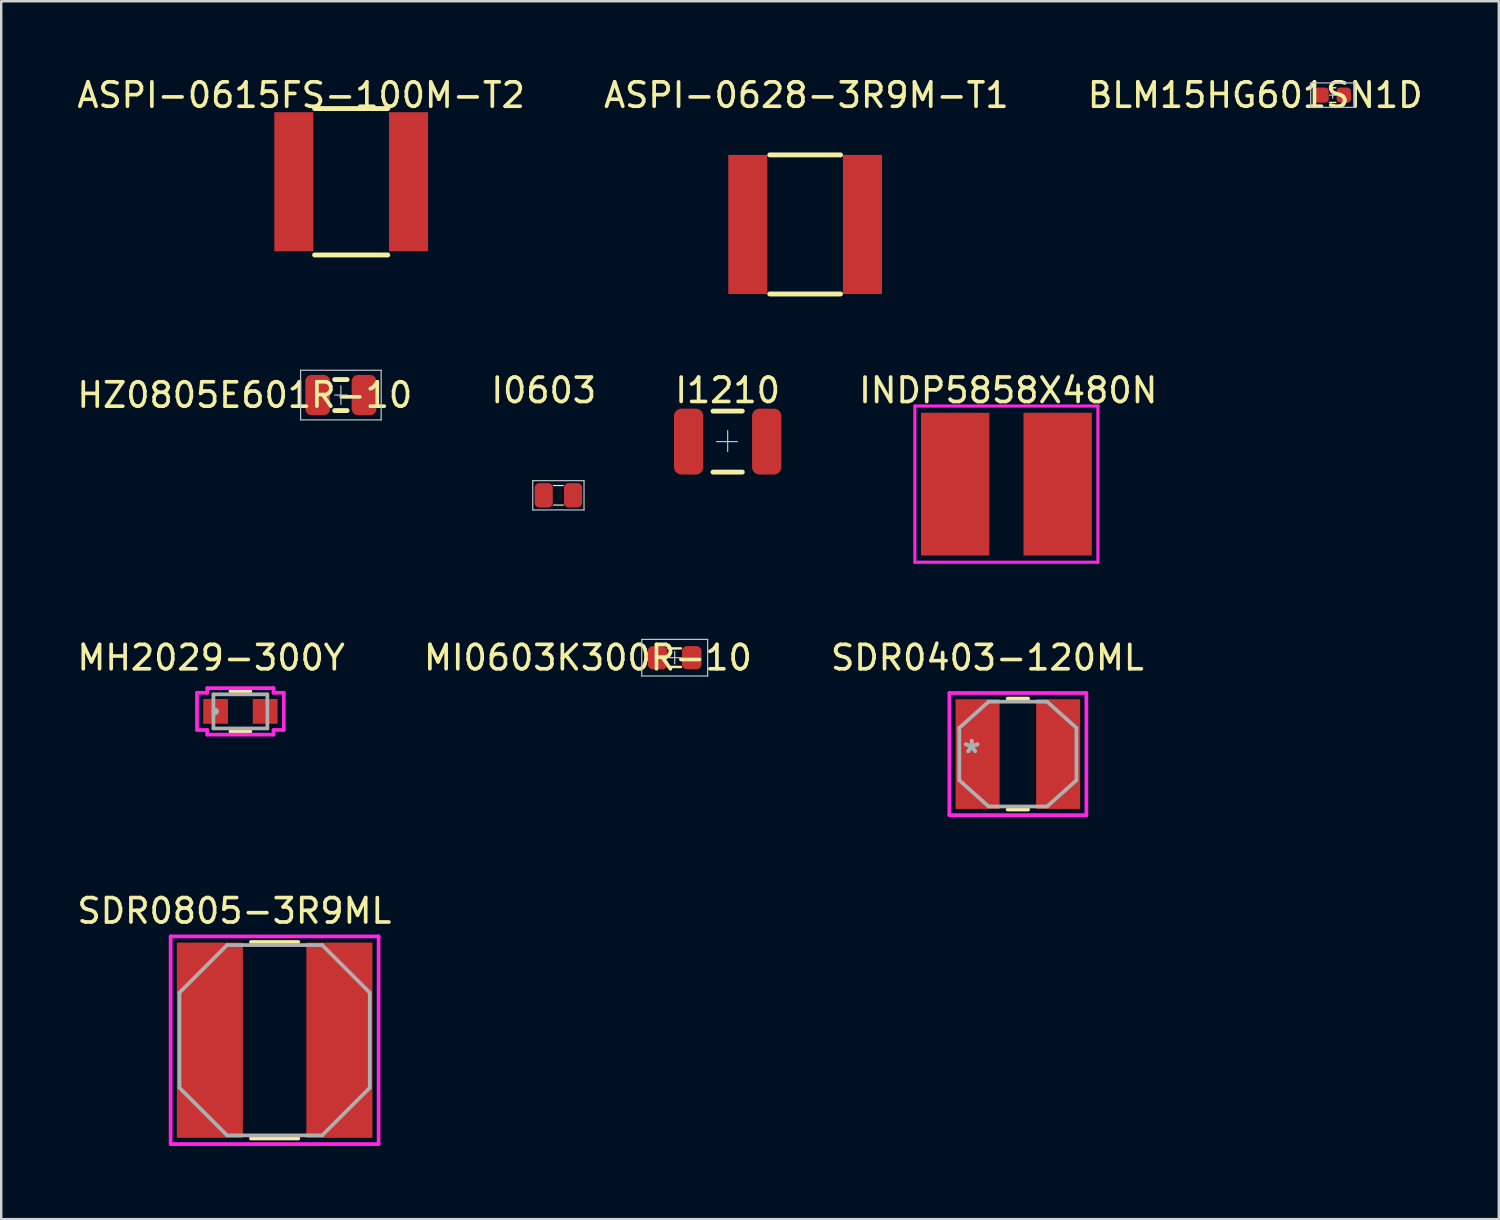
<source format=kicad_pcb>
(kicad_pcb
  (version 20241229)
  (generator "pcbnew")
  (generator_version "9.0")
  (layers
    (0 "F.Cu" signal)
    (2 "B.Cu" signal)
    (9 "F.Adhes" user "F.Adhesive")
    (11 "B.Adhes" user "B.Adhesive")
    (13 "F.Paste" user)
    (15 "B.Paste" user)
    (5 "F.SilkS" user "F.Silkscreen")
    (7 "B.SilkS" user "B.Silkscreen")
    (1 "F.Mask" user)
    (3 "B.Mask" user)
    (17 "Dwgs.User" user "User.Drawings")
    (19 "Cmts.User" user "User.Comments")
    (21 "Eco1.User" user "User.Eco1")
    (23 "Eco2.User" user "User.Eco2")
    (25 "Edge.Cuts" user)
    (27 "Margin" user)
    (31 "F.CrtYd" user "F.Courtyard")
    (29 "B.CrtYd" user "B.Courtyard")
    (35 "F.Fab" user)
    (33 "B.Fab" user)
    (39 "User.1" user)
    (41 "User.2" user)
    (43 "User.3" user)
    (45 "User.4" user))
  (footprint "I0603"
    (layer "F.Cu")
    (at 19.832 17.247)
    (property "Reference" "I0603" (at -0.6 -4.3 0) (layer "F.SilkS") (effects (font (size 1 1) (thickness 0.15))))
    (attr through_hole)
    (fp_line (start -0.2 -0.4) (end 0.2 -0.4) (stroke (width 0.05) (type solid)) (layer "F.SilkS"))
    (fp_line (start -0.2 0.4) (end 0.2 0.4) (stroke (width 0.05) (type solid)) (layer "F.SilkS"))
    (fp_line (start -1.05 -0.6) (end 1.05 -0.6) (stroke (width 0.05) (type solid)) (layer "Dwgs.User"))
    (fp_line (start -1.05 0.6) (end -1.05 -0.6) (stroke (width 0.05) (type solid)) (layer "Dwgs.User"))
    (fp_line (start 1.05 -0.6) (end 1.05 0.6) (stroke (width 0.05) (type solid)) (layer "Dwgs.User"))
    (fp_line (start 1.05 0.6) (end -1.05 0.6) (stroke (width 0.05) (type solid)) (layer "Dwgs.User"))
    (pad "1" smd roundrect (at -0.6 0) (size 0.74 1) (layers "F.Cu" "F.Mask" "F.Paste") (roundrect_rratio 0.25))
    (pad "2" smd roundrect (at 0.6 0) (size 0.74 1) (layers "F.Cu" "F.Mask" "F.Paste") (roundrect_rratio 0.25)))
  (footprint "I1210"
    (layer "F.Cu")
    (at 26.768 15.046)
    (property "Reference" "I1210" (at 0 -2.1 0) (layer "F.SilkS") (effects (font (size 1 1) (thickness 0.15))))
    (attr through_hole)
    (fp_line (start -0.6 -1.25) (end 0.6 -1.25) (stroke (width 0.2) (type solid)) (layer "F.SilkS"))
    (fp_line (start -0.6 1.25) (end 0.6 1.25) (stroke (width 0.2) (type solid)) (layer "F.SilkS"))
    (fp_line (start -0.45 0) (end 0.4 0) (stroke (width 0.05) (type solid)) (layer "Dwgs.User"))
    (fp_line (start 0 -0.45) (end 0 0.4) (stroke (width 0.05) (type solid)) (layer "Dwgs.User"))
    (fp_line (start -1.6 -1.25) (end 1.6 -1.25) (stroke (width 0.1) (type solid)) (layer "Eco1.User"))
    (fp_line (start -1.6 1.25) (end -1.6 -1.25) (stroke (width 0.1) (type solid)) (layer "Eco1.User"))
    (fp_line (start -1.6 1.25) (end 1.6 1.25) (stroke (width 0.1) (type solid)) (layer "Eco1.User"))
    (fp_line (start 1.6 1.25) (end 1.6 -1.25) (stroke (width 0.1) (type solid)) (layer "Eco1.User"))
    (pad "1" smd roundrect (at -1.6 0 180) (size 1.2 2.7) (layers "F.Cu" "F.Mask" "F.Paste") (roundrect_rratio 0.25))
    (pad "2" smd roundrect (at 1.6 0 180) (size 1.2 2.7) (layers "F.Cu" "F.Mask" "F.Paste") (roundrect_rratio 0.25)))
  (footprint "SDR0403-120ML"
    (layer "F.Cu")
    (at 38.661 27.851)
    (property "Reference" "SDR0403-120ML" (at -1.25 -3.95 0) (layer "F.SilkS") (effects (font (size 1 1) (thickness 0.15))))
    (attr through_hole)
    (fp_line (start -0.418 2.273) (end 0.418 2.273) (stroke (width 0.152) (type solid)) (layer "F.SilkS"))
    (fp_line (start 0.418 -2.273) (end -0.418 -2.273) (stroke (width 0.152) (type solid)) (layer "F.SilkS"))
    (fp_line (start -2.807 -2.502) (end 2.807 -2.502) (stroke (width 0.152) (type solid)) (layer "F.CrtYd"))
    (fp_line (start -2.807 2.502) (end -2.807 -2.502) (stroke (width 0.152) (type solid)) (layer "F.CrtYd"))
    (fp_line (start 2.807 -2.502) (end 2.807 2.502) (stroke (width 0.152) (type solid)) (layer "F.CrtYd"))
    (fp_line (start 2.807 2.502) (end -2.807 2.502) (stroke (width 0.152) (type solid)) (layer "F.CrtYd"))
    (fp_line (start -2.4 -1.073) (end -2.4 1.073) (stroke (width 0.152) (type solid)) (layer "F.Fab"))
    (fp_line (start -2.4 1.073) (end -1.2 2.146) (stroke (width 0.152) (type solid)) (layer "F.Fab"))
    (fp_line (start -1.2 -2.146) (end -2.4 -1.073) (stroke (width 0.152) (type solid)) (layer "F.Fab"))
    (fp_line (start -1.2 2.146) (end 1.2 2.146) (stroke (width 0.152) (type solid)) (layer "F.Fab"))
    (fp_line (start 1.2 -2.146) (end -1.2 -2.146) (stroke (width 0.152) (type solid)) (layer "F.Fab"))
    (fp_line (start 1.2 2.146) (end 2.4 1.073) (stroke (width 0.152) (type solid)) (layer "F.Fab"))
    (fp_line (start 2.4 -1.073) (end 1.2 -2.146) (stroke (width 0.152) (type solid)) (layer "F.Fab"))
    (fp_line (start 2.4 1.073) (end 2.4 -1.073) (stroke (width 0.152) (type solid)) (layer "F.Fab"))
    (fp_text user "Copyright 2016 Accelerated Designs. All rights reserved." (at 0 0 0) (layer "Cmts.User") (effects (font (size 0.127 0.127) (thickness 0.002))))
    (fp_text user "*" (at -1.892 0 0) (layer "F.Fab") (effects (font (size 1 1) (thickness 0.15))))
    (fp_text user "*" (at -1.892 0 0) (layer "F.Fab") (effects (font (size 1 1) (thickness 0.15))))
    (pad "1" smd rect (at -1.651 0) (size 1.803 4.496) (layers "F.Cu" "F.Mask" "F.Paste"))
    (pad "2" smd rect (at 1.651 0) (size 1.803 4.496) (layers "F.Cu" "F.Mask" "F.Paste")))
  (footprint "BLM15HG601SN1D"
    (layer "F.Cu")
    (at 51.562 0.848)
    (property "Reference" "BLM15HG601SN1D" (at -3.175 0 0) (layer "F.SilkS") (effects (font (size 1 1) (thickness 0.15))))
    (attr through_hole)
    (fp_line (start -0.127 -0.3) (end 0.127 -0.3) (stroke (width 0.06) (type solid)) (layer "F.SilkS"))
    (fp_line (start 0.127 0.3) (end -0.127 0.3) (stroke (width 0.06) (type solid)) (layer "F.SilkS"))
    (fp_line (start -0.9 -0.5) (end -0.9 0.5) (stroke (width 0.05) (type solid)) (layer "Dwgs.User"))
    (fp_line (start -0.9 0.5) (end 0.9 0.5) (stroke (width 0.05) (type solid)) (layer "Dwgs.User"))
    (fp_line (start 0 -0.127) (end 0 0.127) (stroke (width 0.05) (type solid)) (layer "Dwgs.User"))
    (fp_line (start 0.127 0) (end -0.127 0) (stroke (width 0.05) (type solid)) (layer "Dwgs.User"))
    (fp_line (start 0.9 -0.5) (end -0.9 -0.5) (stroke (width 0.05) (type solid)) (layer "Dwgs.User"))
    (fp_line (start 0.9 0.5) (end 0.9 -0.5) (stroke (width 0.05) (type solid)) (layer "Dwgs.User"))
    (pad "1" smd roundrect (at -0.455 0) (size 0.59 0.62) (layers "F.Cu" "F.Mask" "F.Paste") (roundrect_rratio 0.25))
    (pad "2" smd roundrect (at 0.455 0) (size 0.59 0.62) (layers "F.Cu" "F.Mask" "F.Paste") (roundrect_rratio 0.25)))
  (footprint "ASPI-0628-3R9M-T1"
    (layer "F.Cu")
    (at 29.944 6.148)
    (property "Reference" "ASPI-0628-3R9M-T1" (at 0.05 -5.3 0) (layer "F.SilkS") (effects (font (size 1 1) (thickness 0.15))))
    (attr through_hole)
    (fp_line (start -1.45 -2.85) (end 1.45 -2.85) (stroke (width 0.2) (type solid)) (layer "F.SilkS"))
    (fp_line (start -1.45 2.85) (end 1.45 2.85) (stroke (width 0.2) (type solid)) (layer "F.SilkS"))
    (pad "1" smd rect (at -2.35 0) (size 1.6 5.7) (layers "F.Cu" "F.Mask" "F.Paste"))
    (pad "2" smd rect (at 2.35 0) (size 1.6 5.7) (layers "F.Cu" "F.Mask" "F.Paste")))
  (footprint "MI0603K300R-10"
    (layer "F.Cu")
    (at 24.598 23.901)
    (property "Reference" "MI0603K300R-10" (at -3.556 0 0) (layer "F.SilkS") (effects (font (size 1 1) (thickness 0.15))))
    (attr through_hole)
    (fp_line (start -0.254 -0.381) (end 0.254 -0.381) (stroke (width 0.1) (type solid)) (layer "F.SilkS"))
    (fp_line (start 0.254 0.381) (end -0.254 0.381) (stroke (width 0.1) (type solid)) (layer "F.SilkS"))
    (fp_line (start -1.35 -0.75) (end -1.35 0.75) (stroke (width 0.05) (type solid)) (layer "Dwgs.User"))
    (fp_line (start -1.35 -0.75) (end 1.35 -0.75) (stroke (width 0.05) (type solid)) (layer "Dwgs.User"))
    (fp_line (start 0 -0.254) (end 0 0.254) (stroke (width 0.05) (type solid)) (layer "Dwgs.User"))
    (fp_line (start 0.254 0) (end -0.254 0) (stroke (width 0.05) (type solid)) (layer "Dwgs.User"))
    (fp_line (start 1.35 -0.75) (end 1.35 0.75) (stroke (width 0.05) (type solid)) (layer "Dwgs.User"))
    (fp_line (start 1.35 0.75) (end -1.35 0.75) (stroke (width 0.05) (type solid)) (layer "Dwgs.User"))
    (pad "1" smd roundrect (at -0.7 0) (size 0.8 0.95) (layers "F.Cu" "F.Mask" "F.Paste") (roundrect_rratio 0.25))
    (pad "2" smd roundrect (at 0.7 0) (size 0.8 0.95) (layers "F.Cu" "F.Mask" "F.Paste") (roundrect_rratio 0.25)))
  (footprint "ASPI-0615FS-100M-T2"
    (layer "F.Cu")
    (at 11.342 4.398)
    (property "Reference" "ASPI-0615FS-100M-T2" (at -2.05 -3.55 0) (layer "F.SilkS") (effects (font (size 1 1) (thickness 0.15))))
    (attr through_hole)
    (fp_line (start -1.5 -3) (end 1.5 -3) (stroke (width 0.2) (type solid)) (layer "F.SilkS"))
    (fp_line (start -1.5 3) (end 1.5 3) (stroke (width 0.2) (type solid)) (layer "F.SilkS"))
    (pad "1" smd rect (at -2.35 0) (size 1.6 5.7) (layers "F.Cu" "F.Mask" "F.Paste"))
    (pad "2" smd rect (at 2.35 0) (size 1.6 5.7) (layers "F.Cu" "F.Mask" "F.Paste")))
  (footprint "HZ0805E601R-10"
    (layer "F.Cu")
    (at 10.919 13.139)
    (property "Reference" "HZ0805E601R-10" (at -3.937 0 0) (layer "F.SilkS") (effects (font (size 1 1) (thickness 0.15))))
    (attr through_hole)
    (fp_line (start -0.254 -0.635) (end 0.254 -0.635) (stroke (width 0.2) (type solid)) (layer "F.SilkS"))
    (fp_line (start -0.254 0.635) (end 0.254 0.635) (stroke (width 0.2) (type solid)) (layer "F.SilkS"))
    (fp_line (start -1.651 -1.016) (end -1.651 1.016) (stroke (width 0.05) (type solid)) (layer "Dwgs.User"))
    (fp_line (start -1.651 -1.016) (end 1.651 -1.016) (stroke (width 0.05) (type solid)) (layer "Dwgs.User"))
    (fp_line (start -1.651 1.016) (end 1.651 1.016) (stroke (width 0.05) (type solid)) (layer "Dwgs.User"))
    (fp_line (start 0 -0.381) (end 0 0.381) (stroke (width 0.05) (type solid)) (layer "Dwgs.User"))
    (fp_line (start 0.254 0) (end -0.254 0) (stroke (width 0.05) (type solid)) (layer "Dwgs.User"))
    (fp_line (start 1.651 1.016) (end 1.651 -1.016) (stroke (width 0.05) (type solid)) (layer "Dwgs.User"))
    (fp_line (start -1 -0.635) (end -1 0.635) (stroke (width 0.05) (type solid)) (layer "Eco1.User"))
    (fp_line (start -1 -0.635) (end 1 -0.635) (stroke (width 0.05) (type solid)) (layer "Eco1.User"))
    (fp_line (start 1 -0.635) (end 1 0.635) (stroke (width 0.05) (type solid)) (layer "Eco1.User"))
    (fp_line (start 1 0.635) (end -1 0.635) (stroke (width 0.05) (type solid)) (layer "Eco1.User"))
    (pad "1" smd roundrect (at -0.95 0) (size 1.016 1.651) (layers "F.Cu" "F.Mask" "F.Paste") (roundrect_rratio 0.25))
    (pad "2" smd roundrect (at 0.95 0) (size 1.016 1.651) (layers "F.Cu" "F.Mask" "F.Paste") (roundrect_rratio 0.25)))
  (footprint "INDP5858X480N"
    (layer "F.Cu")
    (at 38.191 16.789)
    (property "Reference" "INDP5858X480N" (at 0.075 -3.842 0) (layer "F.SilkS") (effects (font (size 1.002 1.002) (thickness 0.15))))
    (attr through_hole)
    (fp_line (start -3.75 -3.2) (end 3.75 -3.2) (stroke (width 0.127) (type solid)) (layer "F.CrtYd"))
    (fp_line (start -3.75 3.2) (end -3.75 -3.2) (stroke (width 0.127) (type solid)) (layer "F.CrtYd"))
    (fp_line (start 3.75 -3.2) (end 3.75 3.2) (stroke (width 0.127) (type solid)) (layer "F.CrtYd"))
    (fp_line (start 3.75 3.2) (end -3.75 3.2) (stroke (width 0.127) (type solid)) (layer "F.CrtYd"))
    (pad "1" smd rect (at -2.1 0) (size 2.8 5.85) (layers "F.Cu" "F.Mask" "F.Paste"))
    (pad "2" smd rect (at 2.1 0) (size 2.8 5.85) (layers "F.Cu" "F.Mask" "F.Paste")))
  (footprint "MH2029-300Y"
    (layer "F.Cu")
    (at 6.801 26.101)
    (property "Reference" "MH2029-300Y" (at -1.2 -2.2 0) (layer "F.SilkS") (effects (font (size 1 1) (thickness 0.15))))
    (attr through_hole)
    (fp_line (start -0.408 0.826) (end 0.408 0.826) (stroke (width 0.152) (type solid)) (layer "F.SilkS"))
    (fp_line (start 0.408 -0.826) (end -0.408 -0.826) (stroke (width 0.152) (type solid)) (layer "F.SilkS"))
    (fp_line (start -1.778 -0.762) (end -1.359 -0.762) (stroke (width 0.152) (type solid)) (layer "F.CrtYd"))
    (fp_line (start -1.778 0.762) (end -1.778 -0.762) (stroke (width 0.152) (type solid)) (layer "F.CrtYd"))
    (fp_line (start -1.359 -0.953) (end 1.359 -0.953) (stroke (width 0.152) (type solid)) (layer "F.CrtYd"))
    (fp_line (start -1.359 -0.762) (end -1.359 -0.953) (stroke (width 0.152) (type solid)) (layer "F.CrtYd"))
    (fp_line (start -1.359 0.762) (end -1.778 0.762) (stroke (width 0.152) (type solid)) (layer "F.CrtYd"))
    (fp_line (start -1.359 0.953) (end -1.359 0.762) (stroke (width 0.152) (type solid)) (layer "F.CrtYd"))
    (fp_line (start 1.359 -0.953) (end 1.359 -0.762) (stroke (width 0.152) (type solid)) (layer "F.CrtYd"))
    (fp_line (start 1.359 -0.762) (end 1.778 -0.762) (stroke (width 0.152) (type solid)) (layer "F.CrtYd"))
    (fp_line (start 1.359 0.762) (end 1.359 0.953) (stroke (width 0.152) (type solid)) (layer "F.CrtYd"))
    (fp_line (start 1.359 0.953) (end -1.359 0.953) (stroke (width 0.152) (type solid)) (layer "F.CrtYd"))
    (fp_line (start 1.778 -0.762) (end 1.778 0.762) (stroke (width 0.152) (type solid)) (layer "F.CrtYd"))
    (fp_line (start 1.778 0.762) (end 1.359 0.762) (stroke (width 0.152) (type solid)) (layer "F.CrtYd"))
    (fp_line (start -1.105 -0.699) (end -1.105 0.699) (stroke (width 0.152) (type solid)) (layer "F.Fab"))
    (fp_line (start -1.105 0.699) (end 1.105 0.699) (stroke (width 0.152) (type solid)) (layer "F.Fab"))
    (fp_line (start 1.105 -0.699) (end -1.105 -0.699) (stroke (width 0.152) (type solid)) (layer "F.Fab"))
    (fp_line (start 1.105 0.699) (end 1.105 -0.699) (stroke (width 0.152) (type solid)) (layer "F.Fab"))
    (fp_circle (center -1.029 0) (end -1.029 0) (stroke (width 0.152) (type solid)) (fill no) (layer "F.Fab"))
    (pad "1" smd rect (at -1.016 0) (size 1.016 1.016) (layers "F.Cu" "F.Mask" "F.Paste"))
    (pad "2" smd rect (at 1.016 0) (size 1.016 1.016) (layers "F.Cu" "F.Mask" "F.Paste")))
  (footprint "SDR0805-3R9ML"
    (layer "F.Cu")
    (at 8.204 39.577)
    (property "Reference" "SDR0805-3R9ML" (at -1.65 -5.3 0) (layer "F.SilkS") (effects (font (size 1 1) (thickness 0.15))))
    (attr through_hole)
    (fp_line (start -0.97 4.026) (end 0.97 4.026) (stroke (width 0.152) (type solid)) (layer "F.SilkS"))
    (fp_line (start 0.97 -4.026) (end -0.97 -4.026) (stroke (width 0.152) (type solid)) (layer "F.SilkS"))
    (fp_line (start -4.261 -4.255) (end 4.261 -4.255) (stroke (width 0.152) (type solid)) (layer "F.CrtYd"))
    (fp_line (start -4.261 4.255) (end -4.261 -4.255) (stroke (width 0.152) (type solid)) (layer "F.CrtYd"))
    (fp_line (start 4.261 -4.255) (end 4.261 4.255) (stroke (width 0.152) (type solid)) (layer "F.CrtYd"))
    (fp_line (start 4.261 4.255) (end -4.261 4.255) (stroke (width 0.152) (type solid)) (layer "F.CrtYd"))
    (fp_line (start -3.899 -1.949) (end -3.899 1.949) (stroke (width 0.152) (type solid)) (layer "F.Fab"))
    (fp_line (start -3.899 1.949) (end -1.949 3.899) (stroke (width 0.152) (type solid)) (layer "F.Fab"))
    (fp_line (start -1.949 -3.899) (end -3.899 -1.949) (stroke (width 0.152) (type solid)) (layer "F.Fab"))
    (fp_line (start -1.949 3.899) (end 1.949 3.899) (stroke (width 0.152) (type solid)) (layer "F.Fab"))
    (fp_line (start 1.949 -3.899) (end -1.949 -3.899) (stroke (width 0.152) (type solid)) (layer "F.Fab"))
    (fp_line (start 1.949 3.899) (end 3.899 1.949) (stroke (width 0.152) (type solid)) (layer "F.Fab"))
    (fp_line (start 3.899 -1.949) (end 1.949 -3.899) (stroke (width 0.152) (type solid)) (layer "F.Fab"))
    (fp_line (start 3.899 1.949) (end 3.899 -1.949) (stroke (width 0.152) (type solid)) (layer "F.Fab"))
    (fp_text user "Copyright 2016 Accelerated Designs. All rights reserved." (at 0 0 0) (layer "Cmts.User") (effects (font (size 0.127 0.127) (thickness 0.002))))
    (pad "1" smd rect (at -2.654 0) (size 2.705 8.001) (layers "F.Cu" "F.Mask" "F.Paste"))
    (pad "2" smd rect (at 2.654 0) (size 2.705 8.001) (layers "F.Cu" "F.Mask" "F.Paste")))
  (gr_rect
    (start -3 -3)
    (end 58.369 46.908)
    (stroke (width 0.1) (type default))
    (fill no)
    (layer "Edge.Cuts")))
</source>
